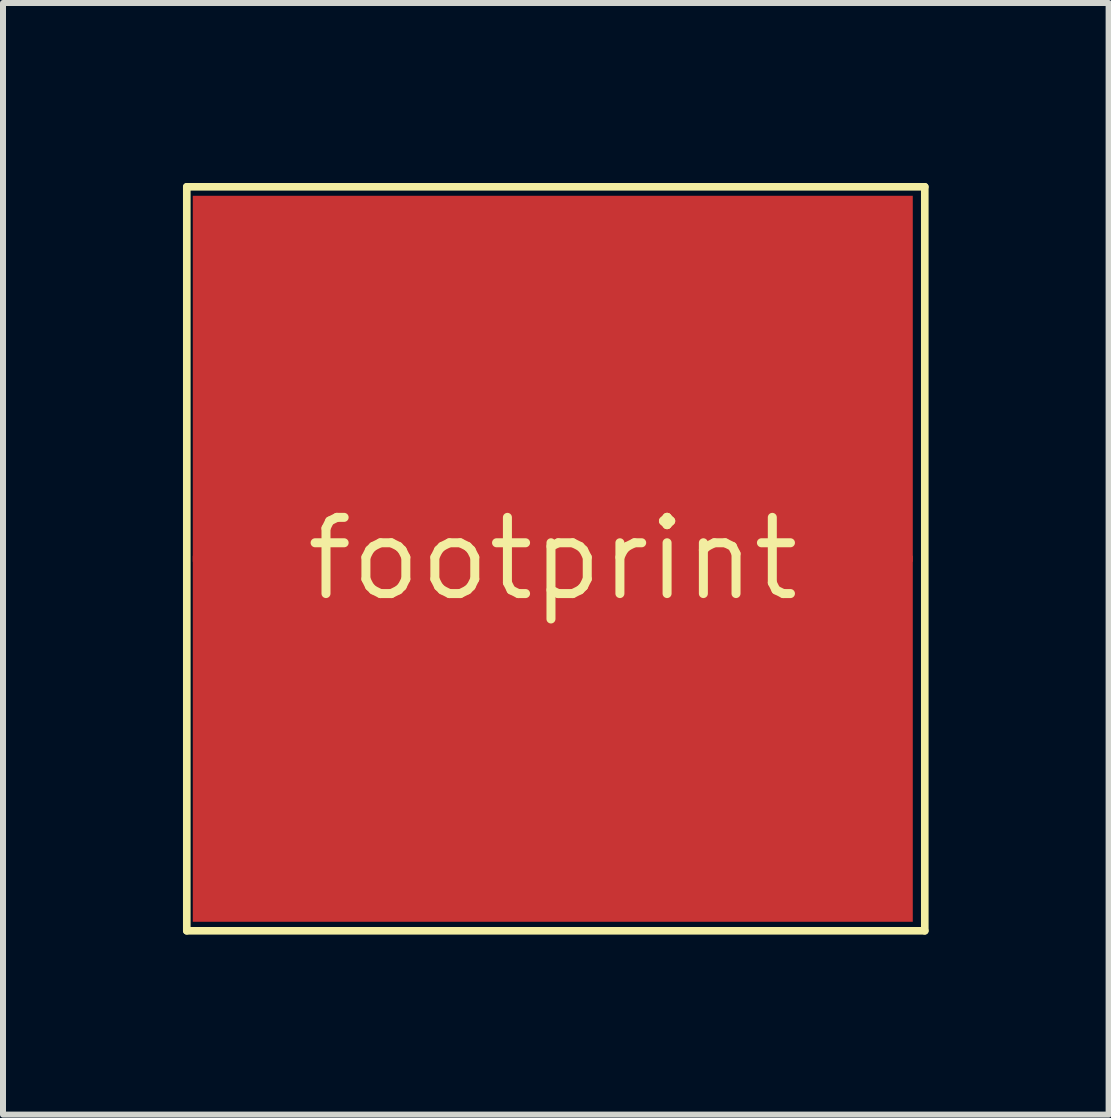
<source format=kicad_pcb>
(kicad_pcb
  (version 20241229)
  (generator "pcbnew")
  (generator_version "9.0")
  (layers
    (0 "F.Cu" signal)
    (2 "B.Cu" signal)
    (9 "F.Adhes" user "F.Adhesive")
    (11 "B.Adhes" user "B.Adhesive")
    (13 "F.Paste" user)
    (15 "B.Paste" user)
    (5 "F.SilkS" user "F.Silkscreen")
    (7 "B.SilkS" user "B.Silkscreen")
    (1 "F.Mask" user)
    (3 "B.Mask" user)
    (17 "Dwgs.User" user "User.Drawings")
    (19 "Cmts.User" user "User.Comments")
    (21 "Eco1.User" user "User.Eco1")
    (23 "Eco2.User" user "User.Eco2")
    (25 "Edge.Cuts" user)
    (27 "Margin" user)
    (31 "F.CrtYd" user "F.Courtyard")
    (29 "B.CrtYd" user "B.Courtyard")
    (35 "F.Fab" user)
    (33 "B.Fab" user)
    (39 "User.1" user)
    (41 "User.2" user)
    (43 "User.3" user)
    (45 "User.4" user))
  (footprint "footprint"
    (layer "F.Cu")
    (at 6.163 6.263)
    (property "Reference" "footprint" (at 0 0 0) (layer "F.SilkS") (effects (font (size 1.27 1.27) (thickness 0.15))))
    (fp_line (start -6.1 -6.2) (end 6.2 -6.2) (stroke (width 0.127) (type solid)) (layer "F.SilkS"))
    (fp_line (start -6.1 6.2) (end -6.1 -6.2) (stroke (width 0.127) (type solid)) (layer "F.SilkS"))
    (fp_line (start 6.2 -6.2) (end 6.2 6.2) (stroke (width 0.127) (type solid)) (layer "F.SilkS"))
    (fp_line (start 6.2 6.2) (end -6.1 6.2) (stroke (width 0.127) (type solid)) (layer "F.SilkS"))
    (pad "P$1" smd rect (at 0 -3) (size 12 6.1) (layers "F.Cu" "F.Mask" "F.Paste"))
    (pad "P$2" smd rect (at 0 3 180) (size 12 6.1) (layers "F.Cu" "F.Mask" "F.Paste")))
  (gr_rect
    (start -3 -3)
    (end 15.427 15.527)
    (stroke (width 0.1) (type default))
    (fill no)
    (layer "Edge.Cuts")))
</source>
